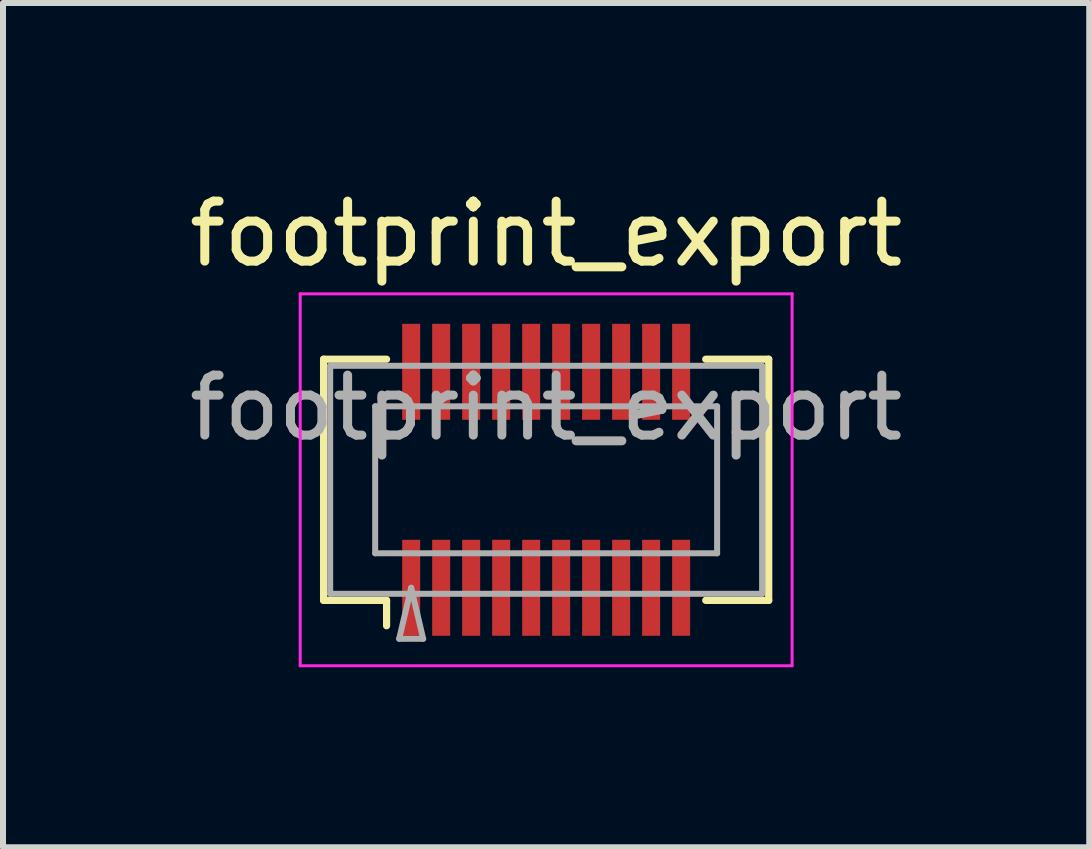
<source format=kicad_pcb>
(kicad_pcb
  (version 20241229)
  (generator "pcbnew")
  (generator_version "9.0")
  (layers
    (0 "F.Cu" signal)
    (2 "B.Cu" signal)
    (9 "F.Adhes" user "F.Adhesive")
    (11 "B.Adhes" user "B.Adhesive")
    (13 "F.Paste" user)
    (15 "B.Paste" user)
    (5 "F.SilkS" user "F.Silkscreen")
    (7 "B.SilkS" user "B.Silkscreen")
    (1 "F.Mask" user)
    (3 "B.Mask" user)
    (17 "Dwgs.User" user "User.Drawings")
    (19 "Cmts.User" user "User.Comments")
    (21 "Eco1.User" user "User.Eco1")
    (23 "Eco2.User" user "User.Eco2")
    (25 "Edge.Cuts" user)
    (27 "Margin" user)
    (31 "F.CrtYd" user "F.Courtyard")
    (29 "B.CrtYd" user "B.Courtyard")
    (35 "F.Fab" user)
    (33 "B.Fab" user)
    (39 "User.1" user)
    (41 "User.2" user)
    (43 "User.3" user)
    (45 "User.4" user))
  (footprint "footprint_export"
    (layer "F.Cu")
    (at 6.054 4.948)
    (property "Reference" "footprint_export" (at 0 -4.1 0) (layer "F.SilkS") (effects (font (size 1 1) (thickness 0.15))))
    (attr smd)
    (fp_line (start -3.71 -2.01) (end -2.66 -2.01) (stroke (width 0.12) (type solid)) (layer "F.SilkS"))
    (fp_line (start -3.71 2.01) (end -3.71 -2.01) (stroke (width 0.12) (type solid)) (layer "F.SilkS"))
    (fp_line (start -2.66 2.01) (end -3.71 2.01) (stroke (width 0.12) (type solid)) (layer "F.SilkS"))
    (fp_line (start -2.66 2.433) (end -2.66 2.01) (stroke (width 0.12) (type solid)) (layer "F.SilkS"))
    (fp_line (start 2.66 2.01) (end 3.71 2.01) (stroke (width 0.12) (type solid)) (layer "F.SilkS"))
    (fp_line (start 3.71 -2.01) (end 2.66 -2.01) (stroke (width 0.12) (type solid)) (layer "F.SilkS"))
    (fp_line (start 3.71 2.01) (end 3.71 -2.01) (stroke (width 0.12) (type solid)) (layer "F.SilkS"))
    (fp_line (start -4.1 -3.1) (end -4.1 3.1) (stroke (width 0.05) (type solid)) (layer "F.CrtYd"))
    (fp_line (start -4.1 3.1) (end 4.1 3.1) (stroke (width 0.05) (type solid)) (layer "F.CrtYd"))
    (fp_line (start 4.1 -3.1) (end -4.1 -3.1) (stroke (width 0.05) (type solid)) (layer "F.CrtYd"))
    (fp_line (start 4.1 3.1) (end 4.1 -3.1) (stroke (width 0.05) (type solid)) (layer "F.CrtYd"))
    (fp_line (start -3.6 -1.9) (end 3.6 -1.9) (stroke (width 0.1) (type solid)) (layer "F.Fab"))
    (fp_line (start -3.6 1.9) (end -3.6 -1.9) (stroke (width 0.1) (type solid)) (layer "F.Fab"))
    (fp_line (start -2.85 -1.225) (end 2.85 -1.225) (stroke (width 0.1) (type solid)) (layer "F.Fab"))
    (fp_line (start -2.85 1.225) (end -2.85 -1.225) (stroke (width 0.1) (type solid)) (layer "F.Fab"))
    (fp_line (start -2.45 2.65) (end -2.25 1.8) (stroke (width 0.1) (type solid)) (layer "F.Fab"))
    (fp_line (start -2.25 1.8) (end -2.05 2.65) (stroke (width 0.1) (type solid)) (layer "F.Fab"))
    (fp_line (start -2.05 2.65) (end -2.45 2.65) (stroke (width 0.1) (type solid)) (layer "F.Fab"))
    (fp_line (start 2.85 -1.225) (end 2.85 1.225) (stroke (width 0.1) (type solid)) (layer "F.Fab"))
    (fp_line (start 2.85 1.225) (end -2.85 1.225) (stroke (width 0.1) (type solid)) (layer "F.Fab"))
    (fp_line (start 3.6 -1.9) (end 3.6 1.9) (stroke (width 0.1) (type solid)) (layer "F.Fab"))
    (fp_line (start 3.6 1.9) (end -3.6 1.9) (stroke (width 0.1) (type solid)) (layer "F.Fab"))
    (fp_text user "${REFERENCE}" (at 0 -1.2 0) (layer "F.Fab") (effects (font (size 1 1) (thickness 0.15))))
    (pad "" smd rect (at -2.25 -2) (size 0.28 1.2) (layers "F.Paste"))
    (pad "" smd rect (at -2.25 2) (size 0.28 1.2) (layers "F.Paste"))
    (pad "" smd rect (at -1.75 -2) (size 0.28 1.2) (layers "F.Paste"))
    (pad "" smd rect (at -1.75 2) (size 0.28 1.2) (layers "F.Paste"))
    (pad "" smd rect (at -1.25 -2) (size 0.28 1.2) (layers "F.Paste"))
    (pad "" smd rect (at -1.25 2) (size 0.28 1.2) (layers "F.Paste"))
    (pad "" smd rect (at -0.75 -2) (size 0.28 1.2) (layers "F.Paste"))
    (pad "" smd rect (at -0.75 2) (size 0.28 1.2) (layers "F.Paste"))
    (pad "" smd rect (at -0.25 -2) (size 0.28 1.2) (layers "F.Paste"))
    (pad "" smd rect (at -0.25 2) (size 0.28 1.2) (layers "F.Paste"))
    (pad "" smd rect (at 0.25 -2) (size 0.28 1.2) (layers "F.Paste"))
    (pad "" smd rect (at 0.25 2) (size 0.28 1.2) (layers "F.Paste"))
    (pad "" smd rect (at 0.75 -2) (size 0.28 1.2) (layers "F.Paste"))
    (pad "" smd rect (at 0.75 2) (size 0.28 1.2) (layers "F.Paste"))
    (pad "" smd rect (at 1.25 -2) (size 0.28 1.2) (layers "F.Paste"))
    (pad "" smd rect (at 1.25 2) (size 0.28 1.2) (layers "F.Paste"))
    (pad "" smd rect (at 1.75 -2) (size 0.28 1.2) (layers "F.Paste"))
    (pad "" smd rect (at 1.75 2) (size 0.28 1.2) (layers "F.Paste"))
    (pad "" smd rect (at 2.25 -2) (size 0.28 1.2) (layers "F.Paste"))
    (pad "" smd rect (at 2.25 2) (size 0.28 1.2) (layers "F.Paste"))
    (pad "1" smd rect (at -2.25 1.8) (size 0.3 1.6) (layers "F.Cu" "F.Mask"))
    (pad "2" smd rect (at -1.75 1.8) (size 0.3 1.6) (layers "F.Cu" "F.Mask"))
    (pad "3" smd rect (at -1.25 1.8) (size 0.3 1.6) (layers "F.Cu" "F.Mask"))
    (pad "4" smd rect (at -0.75 1.8) (size 0.3 1.6) (layers "F.Cu" "F.Mask"))
    (pad "5" smd rect (at -0.25 1.8) (size 0.3 1.6) (layers "F.Cu" "F.Mask"))
    (pad "6" smd rect (at 0.25 1.8) (size 0.3 1.6) (layers "F.Cu" "F.Mask"))
    (pad "7" smd rect (at 0.75 1.8) (size 0.3 1.6) (layers "F.Cu" "F.Mask"))
    (pad "8" smd rect (at 1.25 1.8) (size 0.3 1.6) (layers "F.Cu" "F.Mask"))
    (pad "9" smd rect (at 1.75 1.8) (size 0.3 1.6) (layers "F.Cu" "F.Mask"))
    (pad "10" smd rect (at 2.25 1.8) (size 0.3 1.6) (layers "F.Cu" "F.Mask"))
    (pad "11" smd rect (at -2.25 -1.8) (size 0.3 1.6) (layers "F.Cu" "F.Mask"))
    (pad "12" smd rect (at -1.75 -1.8) (size 0.3 1.6) (layers "F.Cu" "F.Mask"))
    (pad "13" smd rect (at -1.25 -1.8) (size 0.3 1.6) (layers "F.Cu" "F.Mask"))
    (pad "14" smd rect (at -0.75 -1.8) (size 0.3 1.6) (layers "F.Cu" "F.Mask"))
    (pad "15" smd rect (at -0.25 -1.8) (size 0.3 1.6) (layers "F.Cu" "F.Mask"))
    (pad "16" smd rect (at 0.25 -1.8) (size 0.3 1.6) (layers "F.Cu" "F.Mask"))
    (pad "17" smd rect (at 0.75 -1.8) (size 0.3 1.6) (layers "F.Cu" "F.Mask"))
    (pad "18" smd rect (at 1.25 -1.8) (size 0.3 1.6) (layers "F.Cu" "F.Mask"))
    (pad "19" smd rect (at 1.75 -1.8) (size 0.3 1.6) (layers "F.Cu" "F.Mask"))
    (pad "20" smd rect (at 2.25 -1.8) (size 0.3 1.6) (layers "F.Cu" "F.Mask")))
  (gr_rect
    (start -3 -3)
    (end 15.107 11.073)
    (stroke (width 0.1) (type default))
    (fill no)
    (layer "Edge.Cuts")))
</source>
